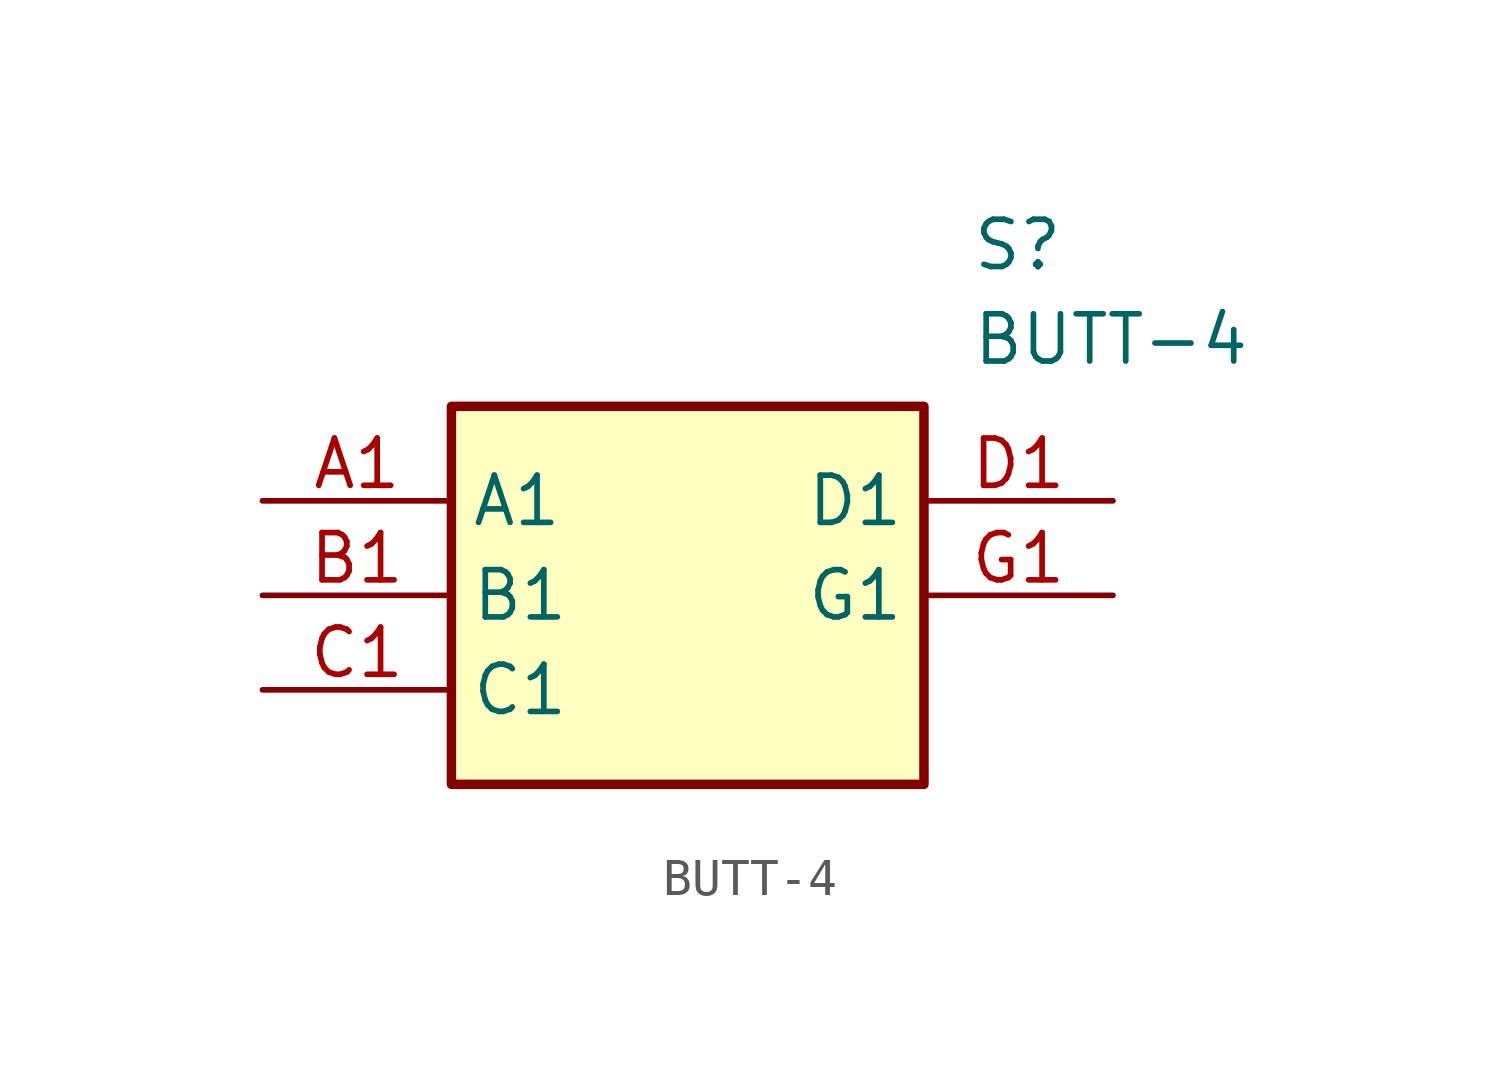
<source format=kicad_sym>
(kicad_symbol_lib
  (version 20211014)
  (generator SamacSys_ECAD_Model)
  (symbol "BUTT-4"
    (property "Reference" "S"
      (at 19.05 7.62 0)
      (effects (font (size 1.27 1.27)) (justify left top)))
    (property "Value" "BUTT-4"
      (at 19.05 5.08 0)
      (effects (font (size 1.27 1.27)) (justify left top)))
    (rectangle
      (start 5.08 2.54)
      (end 17.78 -7.62)
      (stroke (width 0.254) (type default))
      (fill (type background)))
    (pin passive line
      (at 0 0 0)
      (length 5.08)
      (name "A1" (effects (font (size 1.27 1.27))))
      (number "A1" (effects (font (size 1.27 1.27)))))
    (pin passive line
      (at 0 -2.54 0)
      (length 5.08)
      (name "B1" (effects (font (size 1.27 1.27))))
      (number "B1" (effects (font (size 1.27 1.27)))))
    (pin passive line
      (at 0 -5.08 0)
      (length 5.08)
      (name "C1" (effects (font (size 1.27 1.27))))
      (number "C1" (effects (font (size 1.27 1.27)))))
    (pin passive line
      (at 22.86 0 180)
      (length 5.08)
      (name "D1" (effects (font (size 1.27 1.27))))
      (number "D1" (effects (font (size 1.27 1.27)))))
    (pin passive line
      (at 22.86 -2.54 180)
      (length 5.08)
      (name "G1" (effects (font (size 1.27 1.27))))
      (number "G1" (effects (font (size 1.27 1.27)))))))
</source>
